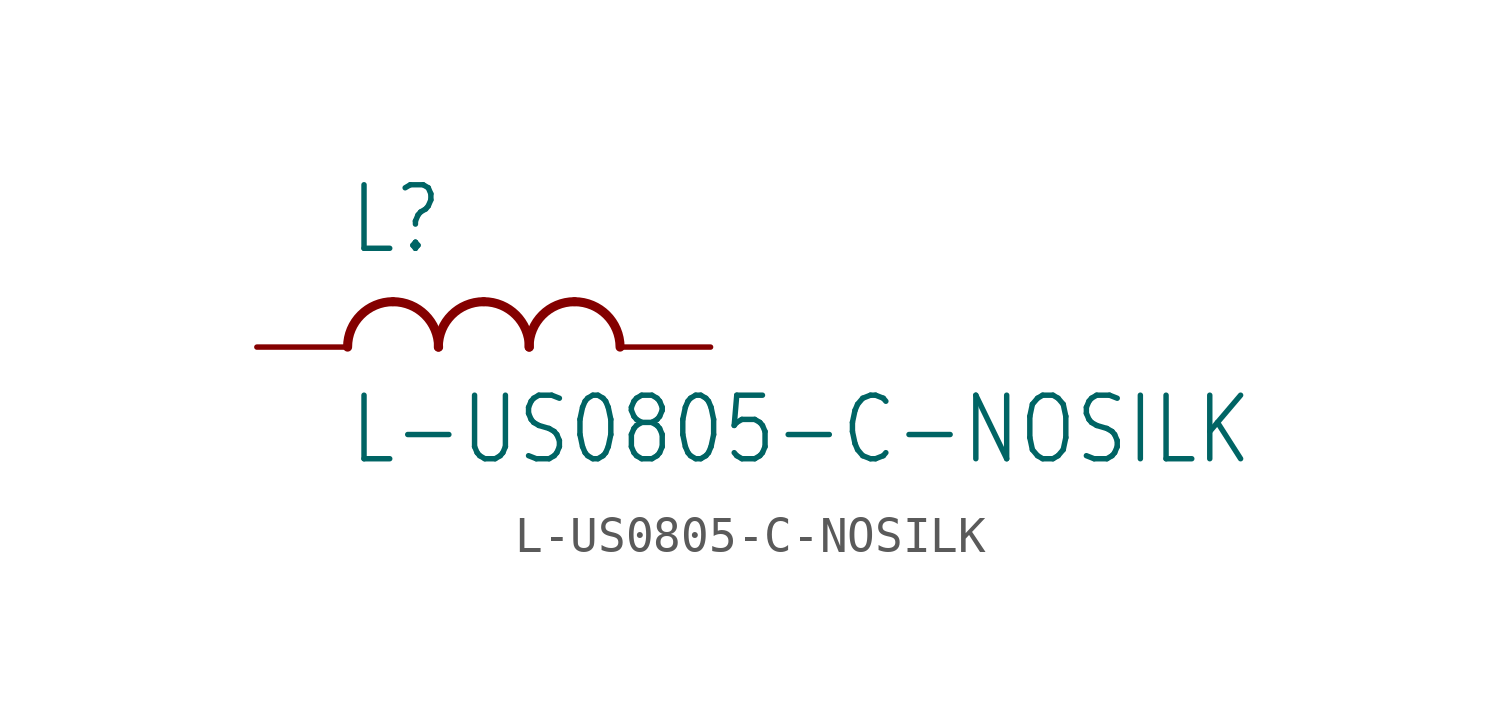
<source format=kicad_sym>
(kicad_symbol_lib
  (version 20211014)
  (generator kicad_symbol_editor)
  (symbol "L-US0805-C-NOSILK"
    (property "Reference" "L"
      (at -5.08 2.54 0)
      (effects (font (size 1.778 1.511)) (justify left bottom)))
    (property "Value" "L-US0805-C-NOSILK"
      (at -5.08 -1.27 0)
      (effects (font (size 1.778 1.511)) (justify left top)))
    (property "ki_locked" ""
      (at 0 0 0)
      (effects (font (size 1.27 1.27))))
    (symbol "L-US0805-C-NOSILK_1_0"
      (arc (start -3.81 1.27) (mid -4.708 0.898) (end -5.08 0) (stroke (width 0.254) (type default) (color 0 0 0 0)) (fill (type none)))
      (arc (start -2.54 0) (mid -2.912 0.898) (end -3.81 1.27) (stroke (width 0.254) (type default) (color 0 0 0 0)) (fill (type none)))
      (arc (start -1.27 1.27) (mid -2.168 0.898) (end -2.54 0) (stroke (width 0.254) (type default) (color 0 0 0 0)) (fill (type none)))
      (arc (start 0 0) (mid -0.372 0.898) (end -1.27 1.27) (stroke (width 0.254) (type default) (color 0 0 0 0)) (fill (type none)))
      (arc (start 1.27 1.27) (mid 0.372 0.898) (end 0 0) (stroke (width 0.254) (type default) (color 0 0 0 0)) (fill (type none)))
      (arc (start 2.54 0) (mid 2.168 0.898) (end 1.27 1.27) (stroke (width 0.254) (type default) (color 0 0 0 0)) (fill (type none)))
      (pin passive line (at -7.62 0 0) (length 2.54) (name "1" (effects (font (size 0 0)))) (number "1" (effects (font (size 0 0)))))
      (pin passive line (at 5.08 0 180) (length 2.54) (name "2" (effects (font (size 0 0)))) (number "2" (effects (font (size 0 0))))))))
</source>
